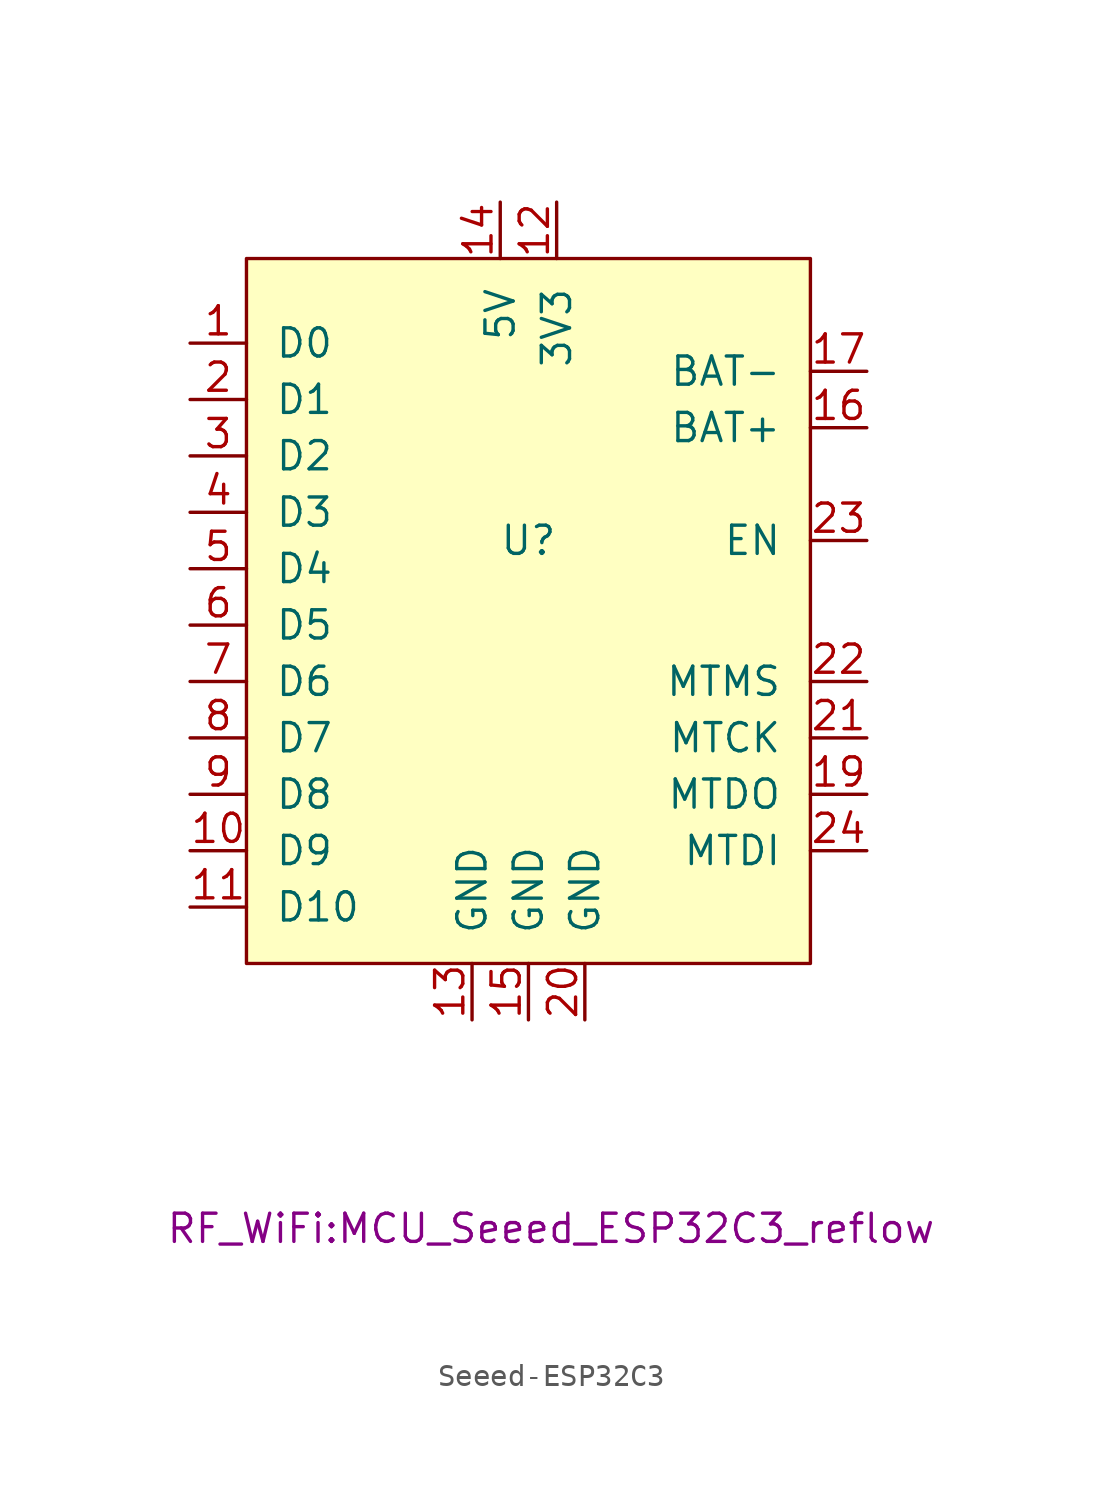
<source format=kicad_sym>
(kicad_symbol_lib
  (version 20231120)
  (generator "kicad_symbol_editor")
  (generator_version "8.0")
  (symbol "Seeed-ESP32C3"
    (pin_names
      (offset 1.27))
    (property "Reference" "U"
      (at 0 0 0)
      (effects (font (size 1.27 1.27))))
    (property "Value" ""
      (at 0 0 0)
      (effects (font (size 1.27 1.27))))
    (property "Footprint" "RF_WiFi:MCU_Seeed_ESP32C3_reflow"
      (at 1.016 -30.988 0)
      (effects (font (size 1.27 1.27))))
    (symbol "Seeed-ESP32C3_1_1"
      (rectangle (start -12.7 12.7) (end 12.7 -19.05) (stroke (width 0) (type default)) (fill (type background)))
      (pin bidirectional line (at -15.24 8.89 0) (length 2.54) (name "D0" (effects (font (size 1.27 1.27)))) (number "1" (effects (font (size 1.27 1.27)))))
      (pin bidirectional line (at -15.24 -13.97 0) (length 2.54) (name "D9" (effects (font (size 1.27 1.27)))) (number "10" (effects (font (size 1.27 1.27)))))
      (pin bidirectional line (at -15.24 -16.51 0) (length 2.54) (name "D10" (effects (font (size 1.27 1.27)))) (number "11" (effects (font (size 1.27 1.27)))))
      (pin power_in line (at 1.27 15.24 270) (length 2.54) (name "3V3" (effects (font (size 1.27 1.27)))) (number "12" (effects (font (size 1.27 1.27)))))
      (pin passive line (at -2.54 -21.59 90) (length 2.54) (name "GND" (effects (font (size 1.27 1.27)))) (number "13" (effects (font (size 1.27 1.27)))))
      (pin power_in line (at -1.27 15.24 270) (length 2.54) (name "5V" (effects (font (size 1.27 1.27)))) (number "14" (effects (font (size 1.27 1.27)))))
      (pin passive line (at 0 -21.59 90) (length 2.54) (name "GND" (effects (font (size 1.27 1.27)))) (number "15" (effects (font (size 1.27 1.27)))))
      (pin power_in line (at 15.24 5.08 180) (length 2.54) (name "BAT+" (effects (font (size 1.27 1.27)))) (number "16" (effects (font (size 1.27 1.27)))))
      (pin power_in line (at 15.24 7.62 180) (length 2.54) (name "BAT-" (effects (font (size 1.27 1.27)))) (number "17" (effects (font (size 1.27 1.27)))))
      (pin output line (at 15.24 -11.43 180) (length 2.54) (name "MTDO" (effects (font (size 1.27 1.27)))) (number "19" (effects (font (size 1.27 1.27)))))
      (pin bidirectional line (at -15.24 6.35 0) (length 2.54) (name "D1" (effects (font (size 1.27 1.27)))) (number "2" (effects (font (size 1.27 1.27)))))
      (pin passive line (at 2.54 -21.59 90) (length 2.54) (name "GND" (effects (font (size 1.27 1.27)))) (number "20" (effects (font (size 1.27 1.27)))))
      (pin input line (at 15.24 -8.89 180) (length 2.54) (name "MTCK" (effects (font (size 1.27 1.27)))) (number "21" (effects (font (size 1.27 1.27)))))
      (pin bidirectional line (at 15.24 -6.35 180) (length 2.54) (name "MTMS" (effects (font (size 1.27 1.27)))) (number "22" (effects (font (size 1.27 1.27)))))
      (pin input line (at 15.24 0 180) (length 2.54) (name "EN" (effects (font (size 1.27 1.27)))) (number "23" (effects (font (size 1.27 1.27)))))
      (pin input line (at 15.24 -13.97 180) (length 2.54) (name "MTDI" (effects (font (size 1.27 1.27)))) (number "24" (effects (font (size 1.27 1.27)))))
      (pin bidirectional line (at -15.24 3.81 0) (length 2.54) (name "D2" (effects (font (size 1.27 1.27)))) (number "3" (effects (font (size 1.27 1.27)))))
      (pin bidirectional line (at -15.24 1.27 0) (length 2.54) (name "D3" (effects (font (size 1.27 1.27)))) (number "4" (effects (font (size 1.27 1.27)))))
      (pin bidirectional line (at -15.24 -1.27 0) (length 2.54) (name "D4" (effects (font (size 1.27 1.27)))) (number "5" (effects (font (size 1.27 1.27)))))
      (pin bidirectional line (at -15.24 -3.81 0) (length 2.54) (name "D5" (effects (font (size 1.27 1.27)))) (number "6" (effects (font (size 1.27 1.27)))))
      (pin bidirectional line (at -15.24 -6.35 0) (length 2.54) (name "D6" (effects (font (size 1.27 1.27)))) (number "7" (effects (font (size 1.27 1.27)))))
      (pin bidirectional line (at -15.24 -8.89 0) (length 2.54) (name "D7" (effects (font (size 1.27 1.27)))) (number "8" (effects (font (size 1.27 1.27)))))
      (pin bidirectional line (at -15.24 -11.43 0) (length 2.54) (name "D8" (effects (font (size 1.27 1.27)))) (number "9" (effects (font (size 1.27 1.27))))))))
</source>
